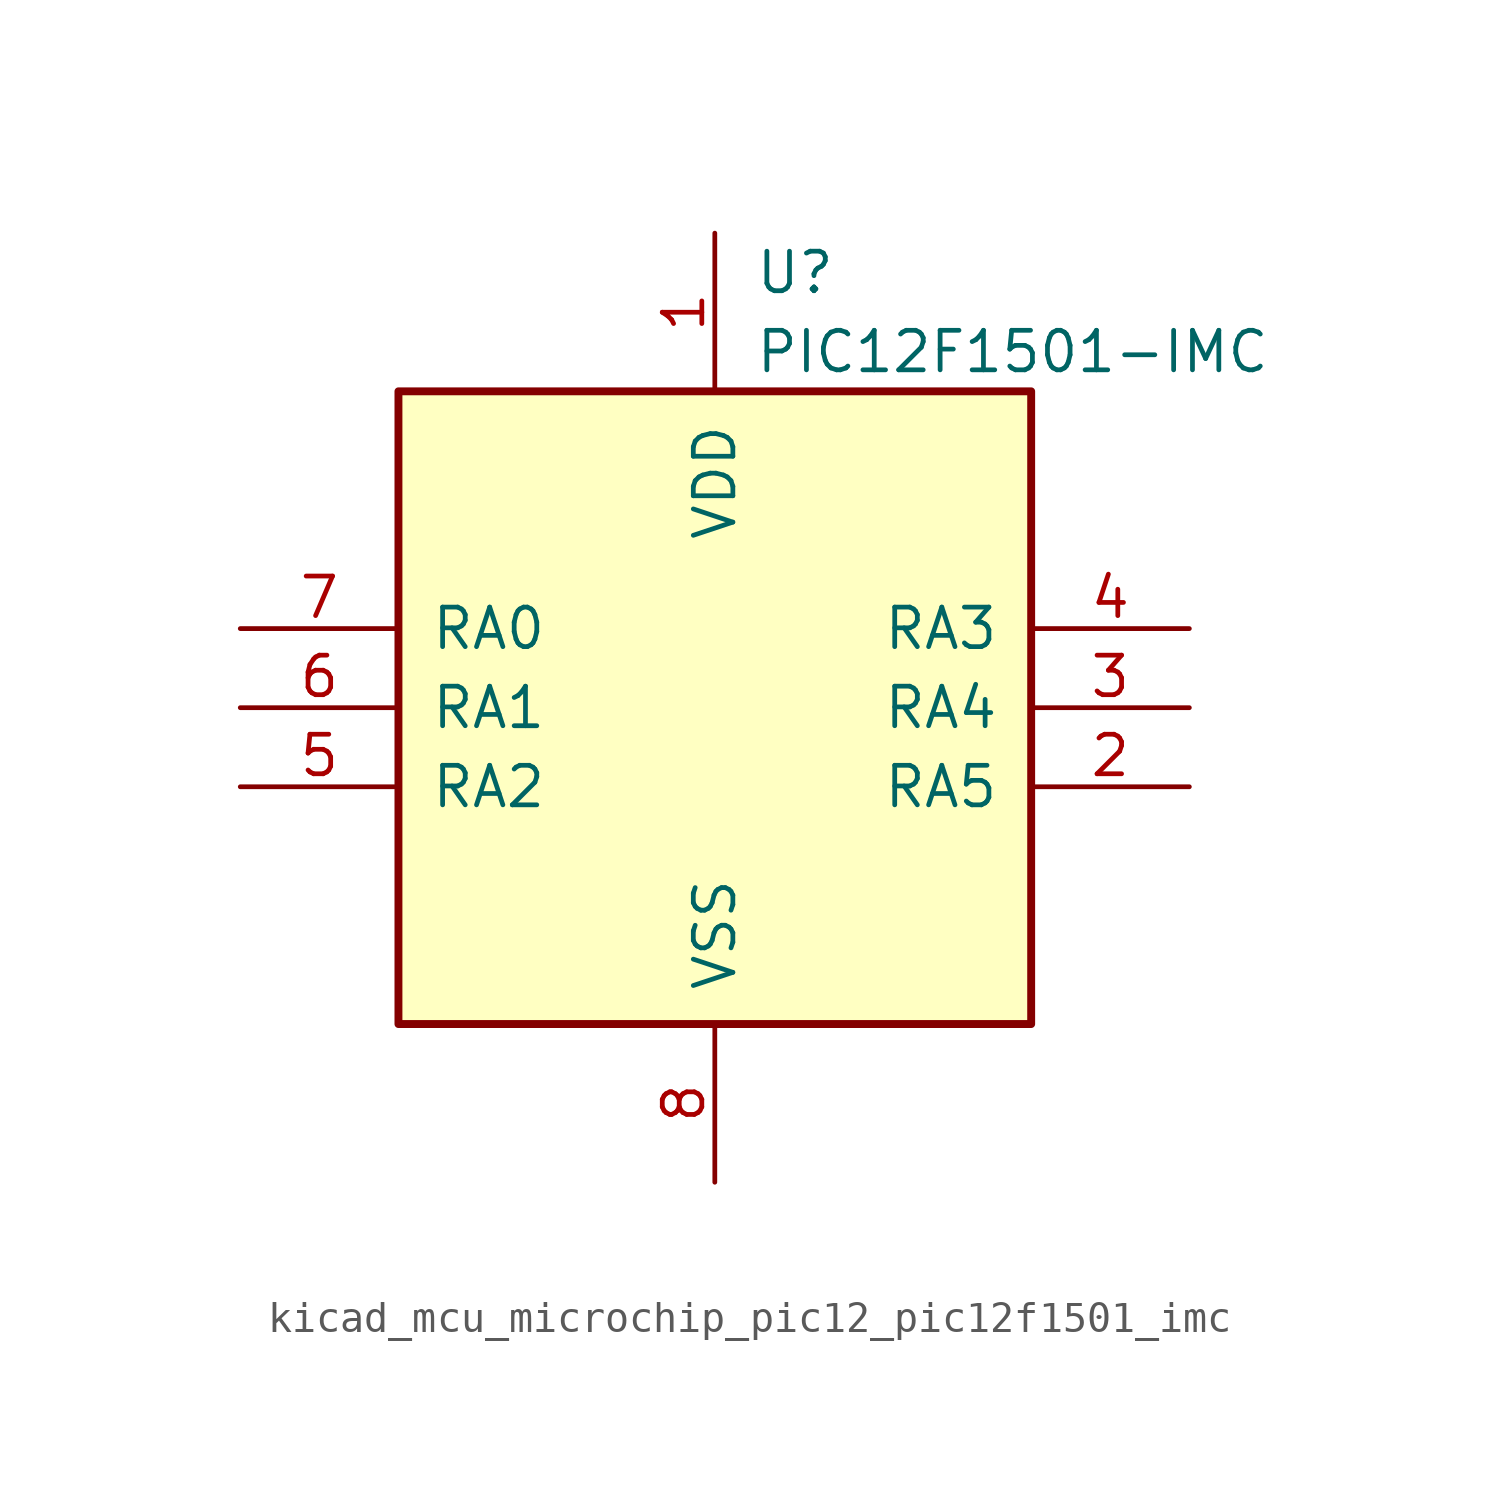
<source format=kicad_sym>
(kicad_symbol_lib
  (version 20220914)
  (generator kicad_symbol_editor)
  (symbol "kicad_mcu_microchip_pic12_pic12f1501_imc"
    (pin_names
      (offset 1.016))
    (property "Reference" "U"
      (at 1.27 13.97 0)
      (effects (font (size 1.27 1.27)) (justify left)))
    (property "Value" "PIC12F1501-IMC"
      (at 1.27 11.43 0)
      (effects (font (size 1.27 1.27)) (justify left)))
    (symbol "kicad_mcu_microchip_pic12_pic12f1501_imc_0_1"
      (rectangle (start 10.16 -10.16) (end -10.16 10.16) (stroke (width 0.254) (type default)) (fill (type background))))
    (symbol "kicad_mcu_microchip_pic12_pic12f1501_imc_1_1"
      (pin power_in line (at 0 15.24 270) (length 5.08) (name "VDD" (effects (font (size 1.27 1.27)))) (number "1" (effects (font (size 1.27 1.27)))))
      (pin bidirectional line (at 15.24 -2.54 180) (length 5.08) (name "RA5" (effects (font (size 1.27 1.27)))) (number "2" (effects (font (size 1.27 1.27)))))
      (pin bidirectional line (at 15.24 0 180) (length 5.08) (name "RA4" (effects (font (size 1.27 1.27)))) (number "3" (effects (font (size 1.27 1.27)))))
      (pin input line (at 15.24 2.54 180) (length 5.08) (name "RA3" (effects (font (size 1.27 1.27)))) (number "4" (effects (font (size 1.27 1.27)))))
      (pin bidirectional line (at -15.24 -2.54 0) (length 5.08) (name "RA2" (effects (font (size 1.27 1.27)))) (number "5" (effects (font (size 1.27 1.27)))))
      (pin bidirectional line (at -15.24 0 0) (length 5.08) (name "RA1" (effects (font (size 1.27 1.27)))) (number "6" (effects (font (size 1.27 1.27)))))
      (pin bidirectional line (at -15.24 2.54 0) (length 5.08) (name "RA0" (effects (font (size 1.27 1.27)))) (number "7" (effects (font (size 1.27 1.27)))))
      (pin power_in line (at 0 -15.24 90) (length 5.08) (name "VSS" (effects (font (size 1.27 1.27)))) (number "8" (effects (font (size 1.27 1.27))))))))
</source>
